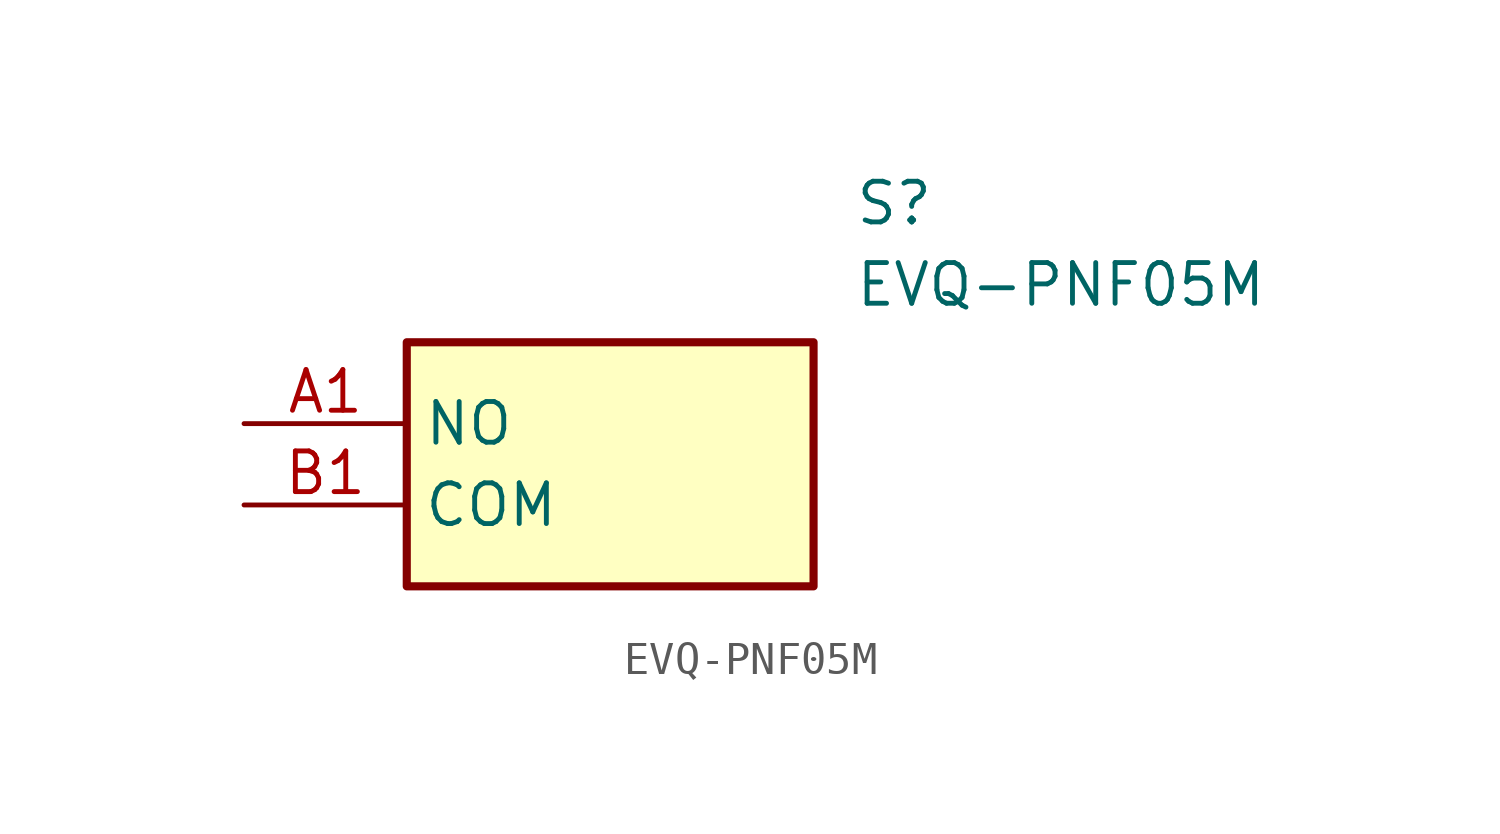
<source format=kicad_sym>
(kicad_symbol_lib
  (version 20211014)
  (generator SamacSys_ECAD_Model)
  (symbol "EVQ-PNF05M"
    (property "Reference" "S"
      (at 19.05 7.62 0)
      (effects (font (size 1.27 1.27)) (justify left top)))
    (property "Value" "EVQ-PNF05M"
      (at 19.05 5.08 0)
      (effects (font (size 1.27 1.27)) (justify left top)))
    (rectangle
      (start 5.08 2.54)
      (end 17.78 -5.08)
      (stroke (width 0.254) (type default))
      (fill (type background)))
    (pin passive line
      (at 0 0 0)
      (length 5.08)
      (name "NO" (effects (font (size 1.27 1.27))))
      (number "A1" (effects (font (size 1.27 1.27)))))
    (pin passive line
      (at 0 -2.54 0)
      (length 5.08)
      (name "COM" (effects (font (size 1.27 1.27))))
      (number "B1" (effects (font (size 1.27 1.27)))))))
</source>
